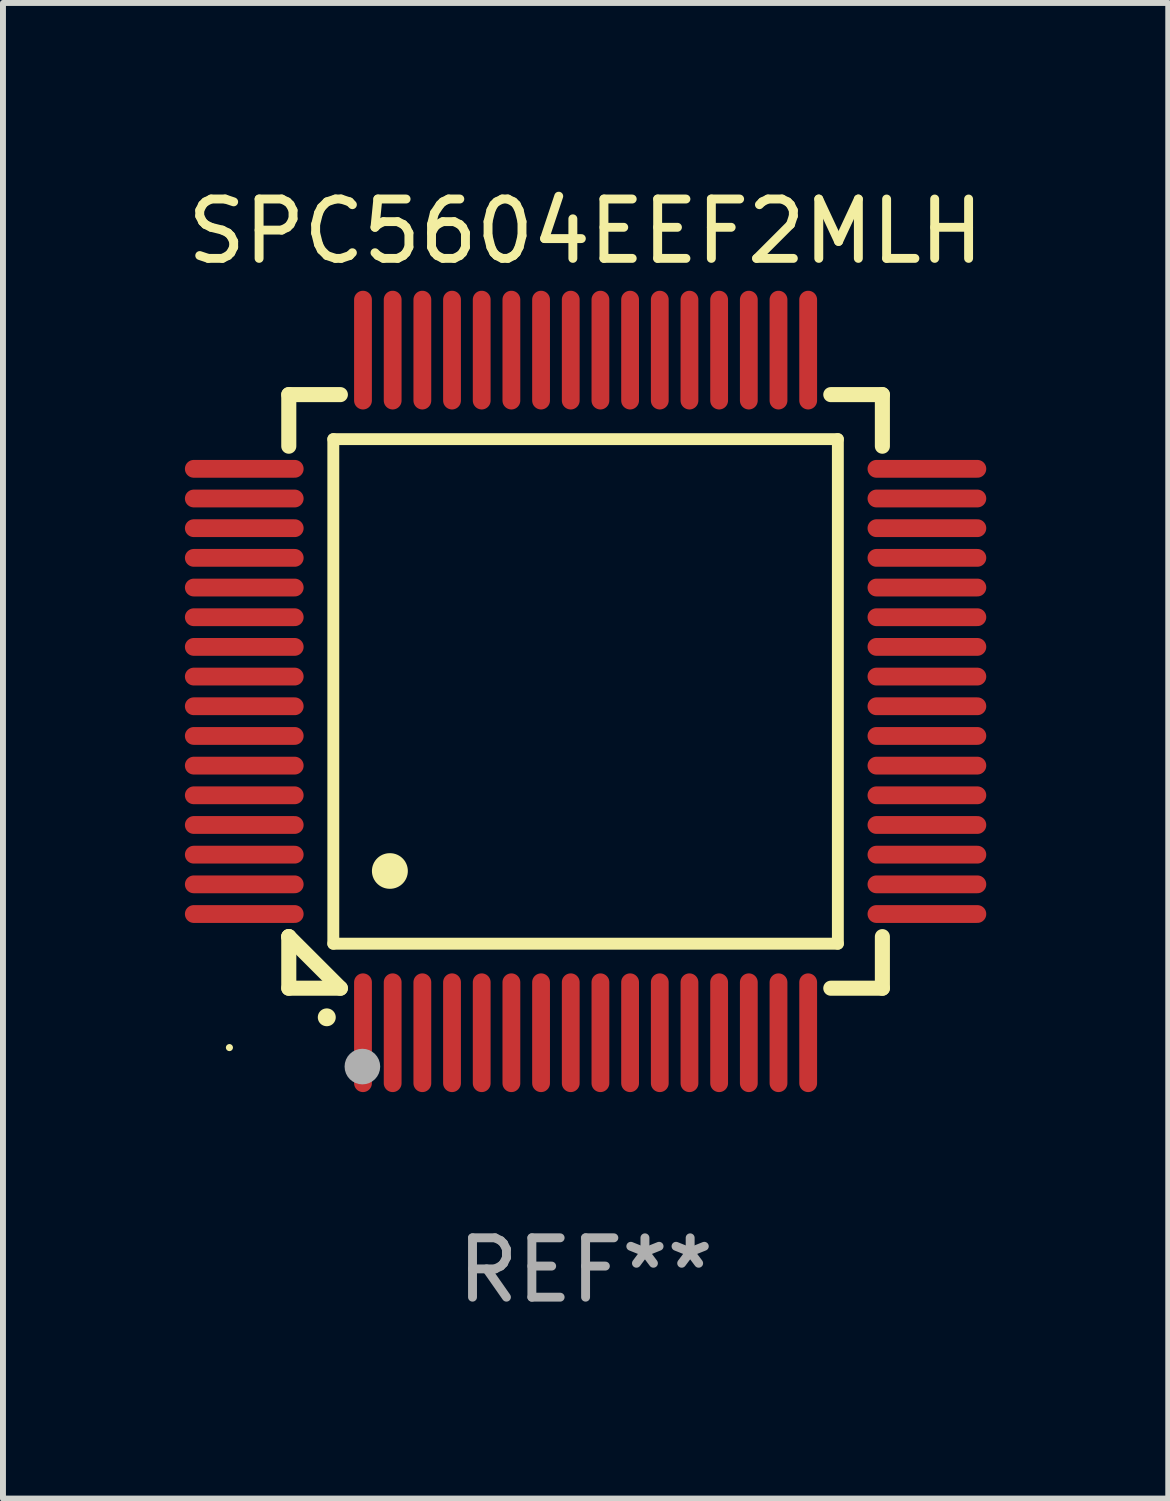
<source format=kicad_pcb>
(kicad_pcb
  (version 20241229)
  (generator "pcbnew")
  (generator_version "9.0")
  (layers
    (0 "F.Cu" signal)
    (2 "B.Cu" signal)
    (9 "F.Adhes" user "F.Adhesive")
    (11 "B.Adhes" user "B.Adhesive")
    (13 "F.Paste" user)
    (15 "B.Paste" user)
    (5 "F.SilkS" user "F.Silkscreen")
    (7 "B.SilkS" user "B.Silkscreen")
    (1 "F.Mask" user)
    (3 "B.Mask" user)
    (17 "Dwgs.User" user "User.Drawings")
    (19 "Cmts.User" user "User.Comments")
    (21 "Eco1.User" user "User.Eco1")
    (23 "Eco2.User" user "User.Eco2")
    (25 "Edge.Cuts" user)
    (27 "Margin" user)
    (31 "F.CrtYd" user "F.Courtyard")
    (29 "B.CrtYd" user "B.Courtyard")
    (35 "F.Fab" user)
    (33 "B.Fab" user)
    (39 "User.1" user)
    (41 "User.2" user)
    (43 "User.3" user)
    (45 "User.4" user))
  (footprint "SPC5604EEF2MLH"
    (layer "F.Cu")
    (at 6.815 8.598)
    (property "Reference" "SPC5604EEF2MLH" (at 0 -7.75 0) (layer "F.SilkS") (effects (font (size 1 1) (thickness 0.15))))
    (attr through_hole)
    (fp_line (start -5 -5) (end -4.131 -5) (stroke (width 0.254) (type solid)) (layer "F.SilkS"))
    (fp_line (start -5 -4.131) (end -5 -5) (stroke (width 0.254) (type solid)) (layer "F.SilkS"))
    (fp_line (start -5 4.131) (end -5 4.131) (stroke (width 0.254) (type solid)) (layer "F.SilkS"))
    (fp_line (start -5 5) (end -5 4.131) (stroke (width 0.254) (type solid)) (layer "F.SilkS"))
    (fp_line (start -5 4.131) (end -4.131 5) (stroke (width 0.254) (type solid)) (layer "F.SilkS"))
    (fp_line (start -4.25 -4.25) (end -4.25 4.25) (stroke (width 0.2) (type solid)) (layer "F.SilkS"))
    (fp_line (start -4.25 4.25) (end 4.25 4.25) (stroke (width 0.2) (type solid)) (layer "F.SilkS"))
    (fp_line (start -4.131 5) (end -5 5) (stroke (width 0.254) (type solid)) (layer "F.SilkS"))
    (fp_line (start 4.25 -4.25) (end -4.25 -4.25) (stroke (width 0.2) (type solid)) (layer "F.SilkS"))
    (fp_line (start 4.25 4.25) (end 4.25 -4.25) (stroke (width 0.2) (type solid)) (layer "F.SilkS"))
    (fp_line (start 5 -5) (end 4.131 -5) (stroke (width 0.254) (type solid)) (layer "F.SilkS"))
    (fp_line (start 5 -5) (end 5 -4.131) (stroke (width 0.254) (type solid)) (layer "F.SilkS"))
    (fp_line (start 5 4.131) (end 5 5) (stroke (width 0.254) (type solid)) (layer "F.SilkS"))
    (fp_line (start 5 5) (end 4.131 5) (stroke (width 0.254) (type solid)) (layer "F.SilkS"))
    (fp_arc (start -4.361265 5.489992) (mid -4.359995 5.489987) (end -4.358725 5.489992) (stroke (width 0.3) (type solid)) (layer "F.SilkS"))
    (fp_arc (start -3.299467 3.025146) (mid -3.296927 3.025135) (end -3.294387 3.025146) (stroke (width 0.6) (type solid)) (layer "F.SilkS"))
    (fp_circle (center -6 6) (end -5.97 6) (stroke (width 0.06) (type solid)) (fill no) (layer "F.SilkS"))
    (fp_circle (center -3.76 6.32) (end -3.61 6.32) (stroke (width 0.3) (type solid)) (fill no) (layer "F.Fab"))
    (fp_text user "REF**" (at 0 9.75 0) (layer "F.Fab") (effects (font (size 1 1) (thickness 0.15))))
    (pad "1" smd oval (at -3.75 5.75) (size 0.3 2) (layers "F.Cu" "F.Mask" "F.Paste"))
    (pad "2" smd oval (at -3.25 5.75) (size 0.3 2) (layers "F.Cu" "F.Mask" "F.Paste"))
    (pad "3" smd oval (at -2.75 5.75) (size 0.3 2) (layers "F.Cu" "F.Mask" "F.Paste"))
    (pad "4" smd oval (at -2.25 5.75) (size 0.3 2) (layers "F.Cu" "F.Mask" "F.Paste"))
    (pad "5" smd oval (at -1.75 5.75) (size 0.3 2) (layers "F.Cu" "F.Mask" "F.Paste"))
    (pad "6" smd oval (at -1.25 5.75) (size 0.3 2) (layers "F.Cu" "F.Mask" "F.Paste"))
    (pad "7" smd oval (at -0.75 5.75) (size 0.3 2) (layers "F.Cu" "F.Mask" "F.Paste"))
    (pad "8" smd oval (at -0.25 5.75) (size 0.3 2) (layers "F.Cu" "F.Mask" "F.Paste"))
    (pad "9" smd oval (at 0.25 5.75) (size 0.3 2) (layers "F.Cu" "F.Mask" "F.Paste"))
    (pad "10" smd oval (at 0.75 5.75) (size 0.3 2) (layers "F.Cu" "F.Mask" "F.Paste"))
    (pad "11" smd oval (at 1.25 5.75) (size 0.3 2) (layers "F.Cu" "F.Mask" "F.Paste"))
    (pad "12" smd oval (at 1.75 5.75) (size 0.3 2) (layers "F.Cu" "F.Mask" "F.Paste"))
    (pad "13" smd oval (at 2.25 5.75) (size 0.3 2) (layers "F.Cu" "F.Mask" "F.Paste"))
    (pad "14" smd oval (at 2.75 5.75) (size 0.3 2) (layers "F.Cu" "F.Mask" "F.Paste"))
    (pad "15" smd oval (at 3.25 5.75) (size 0.3 2) (layers "F.Cu" "F.Mask" "F.Paste"))
    (pad "16" smd oval (at 3.75 5.75) (size 0.3 2) (layers "F.Cu" "F.Mask" "F.Paste"))
    (pad "17" smd oval (at 5.75 3.75) (size 2 0.3) (layers "F.Cu" "F.Mask" "F.Paste"))
    (pad "18" smd oval (at 5.75 3.25) (size 2 0.3) (layers "F.Cu" "F.Mask" "F.Paste"))
    (pad "19" smd oval (at 5.75 2.75) (size 2 0.3) (layers "F.Cu" "F.Mask" "F.Paste"))
    (pad "20" smd oval (at 5.75 2.25) (size 2 0.3) (layers "F.Cu" "F.Mask" "F.Paste"))
    (pad "21" smd oval (at 5.75 1.75) (size 2 0.3) (layers "F.Cu" "F.Mask" "F.Paste"))
    (pad "22" smd oval (at 5.75 1.25) (size 2 0.3) (layers "F.Cu" "F.Mask" "F.Paste"))
    (pad "23" smd oval (at 5.75 0.75) (size 2 0.3) (layers "F.Cu" "F.Mask" "F.Paste"))
    (pad "24" smd oval (at 5.75 0.25) (size 2 0.3) (layers "F.Cu" "F.Mask" "F.Paste"))
    (pad "25" smd oval (at 5.75 -0.25) (size 2 0.3) (layers "F.Cu" "F.Mask" "F.Paste"))
    (pad "26" smd oval (at 5.75 -0.75) (size 2 0.3) (layers "F.Cu" "F.Mask" "F.Paste"))
    (pad "27" smd oval (at 5.75 -1.25) (size 2 0.3) (layers "F.Cu" "F.Mask" "F.Paste"))
    (pad "28" smd oval (at 5.75 -1.75) (size 2 0.3) (layers "F.Cu" "F.Mask" "F.Paste"))
    (pad "29" smd oval (at 5.75 -2.25) (size 2 0.3) (layers "F.Cu" "F.Mask" "F.Paste"))
    (pad "30" smd oval (at 5.75 -2.75) (size 2 0.3) (layers "F.Cu" "F.Mask" "F.Paste"))
    (pad "31" smd oval (at 5.75 -3.25) (size 2 0.3) (layers "F.Cu" "F.Mask" "F.Paste"))
    (pad "32" smd oval (at 5.75 -3.75) (size 2 0.3) (layers "F.Cu" "F.Mask" "F.Paste"))
    (pad "33" smd oval (at 3.75 -5.75) (size 0.3 2) (layers "F.Cu" "F.Mask" "F.Paste"))
    (pad "34" smd oval (at 3.25 -5.75) (size 0.3 2) (layers "F.Cu" "F.Mask" "F.Paste"))
    (pad "35" smd oval (at 2.75 -5.75) (size 0.3 2) (layers "F.Cu" "F.Mask" "F.Paste"))
    (pad "36" smd oval (at 2.25 -5.75) (size 0.3 2) (layers "F.Cu" "F.Mask" "F.Paste"))
    (pad "37" smd oval (at 1.75 -5.75) (size 0.3 2) (layers "F.Cu" "F.Mask" "F.Paste"))
    (pad "38" smd oval (at 1.25 -5.75) (size 0.3 2) (layers "F.Cu" "F.Mask" "F.Paste"))
    (pad "39" smd oval (at 0.75 -5.75) (size 0.3 2) (layers "F.Cu" "F.Mask" "F.Paste"))
    (pad "40" smd oval (at 0.25 -5.75) (size 0.3 2) (layers "F.Cu" "F.Mask" "F.Paste"))
    (pad "41" smd oval (at -0.25 -5.75) (size 0.3 2) (layers "F.Cu" "F.Mask" "F.Paste"))
    (pad "42" smd oval (at -0.75 -5.75) (size 0.3 2) (layers "F.Cu" "F.Mask" "F.Paste"))
    (pad "43" smd oval (at -1.25 -5.75) (size 0.3 2) (layers "F.Cu" "F.Mask" "F.Paste"))
    (pad "44" smd oval (at -1.75 -5.75) (size 0.3 2) (layers "F.Cu" "F.Mask" "F.Paste"))
    (pad "45" smd oval (at -2.25 -5.75) (size 0.3 2) (layers "F.Cu" "F.Mask" "F.Paste"))
    (pad "46" smd oval (at -2.75 -5.75) (size 0.3 2) (layers "F.Cu" "F.Mask" "F.Paste"))
    (pad "47" smd oval (at -3.25 -5.75) (size 0.3 2) (layers "F.Cu" "F.Mask" "F.Paste"))
    (pad "48" smd oval (at -3.75 -5.75) (size 0.3 2) (layers "F.Cu" "F.Mask" "F.Paste"))
    (pad "49" smd oval (at -5.75 -3.75) (size 2 0.3) (layers "F.Cu" "F.Mask" "F.Paste"))
    (pad "50" smd oval (at -5.75 -3.25) (size 2 0.3) (layers "F.Cu" "F.Mask" "F.Paste"))
    (pad "51" smd oval (at -5.75 -2.75) (size 2 0.3) (layers "F.Cu" "F.Mask" "F.Paste"))
    (pad "52" smd oval (at -5.75 -2.25) (size 2 0.3) (layers "F.Cu" "F.Mask" "F.Paste"))
    (pad "53" smd oval (at -5.75 -1.75) (size 2 0.3) (layers "F.Cu" "F.Mask" "F.Paste"))
    (pad "54" smd oval (at -5.75 -1.25) (size 2 0.3) (layers "F.Cu" "F.Mask" "F.Paste"))
    (pad "55" smd oval (at -5.75 -0.75) (size 2 0.3) (layers "F.Cu" "F.Mask" "F.Paste"))
    (pad "56" smd oval (at -5.75 -0.25) (size 2 0.3) (layers "F.Cu" "F.Mask" "F.Paste"))
    (pad "57" smd oval (at -5.75 0.25) (size 2 0.3) (layers "F.Cu" "F.Mask" "F.Paste"))
    (pad "58" smd oval (at -5.75 0.75) (size 2 0.3) (layers "F.Cu" "F.Mask" "F.Paste"))
    (pad "59" smd oval (at -5.75 1.25) (size 2 0.3) (layers "F.Cu" "F.Mask" "F.Paste"))
    (pad "60" smd oval (at -5.75 1.75) (size 2 0.3) (layers "F.Cu" "F.Mask" "F.Paste"))
    (pad "61" smd oval (at -5.75 2.25) (size 2 0.3) (layers "F.Cu" "F.Mask" "F.Paste"))
    (pad "62" smd oval (at -5.75 2.75) (size 2 0.3) (layers "F.Cu" "F.Mask" "F.Paste"))
    (pad "63" smd oval (at -5.75 3.25) (size 2 0.3) (layers "F.Cu" "F.Mask" "F.Paste"))
    (pad "64" smd oval (at -5.75 3.75) (size 2 0.3) (layers "F.Cu" "F.Mask" "F.Paste")))
  (gr_rect
    (start -3 -3)
    (end 16.631 22.196)
    (stroke (width 0.1) (type default))
    (fill no)
    (layer "Edge.Cuts")))
</source>
